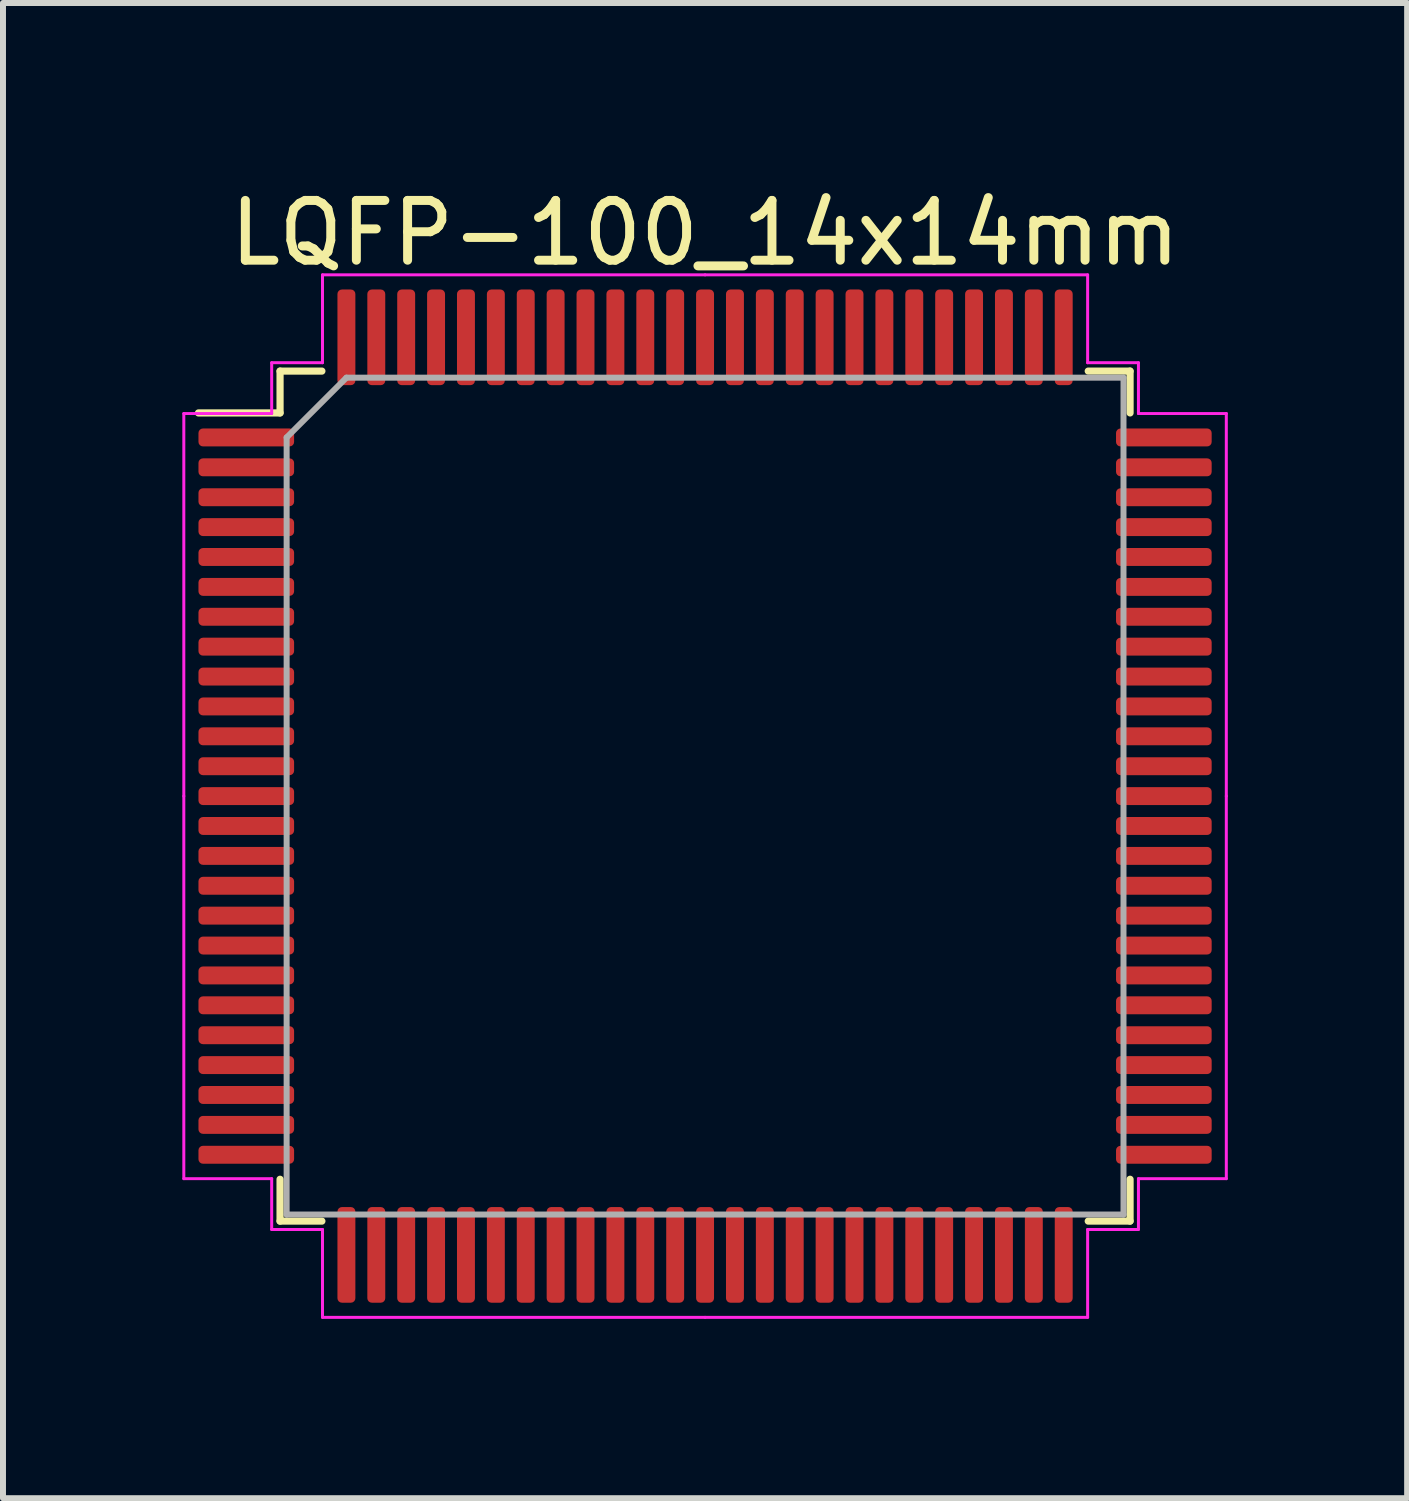
<source format=kicad_pcb>
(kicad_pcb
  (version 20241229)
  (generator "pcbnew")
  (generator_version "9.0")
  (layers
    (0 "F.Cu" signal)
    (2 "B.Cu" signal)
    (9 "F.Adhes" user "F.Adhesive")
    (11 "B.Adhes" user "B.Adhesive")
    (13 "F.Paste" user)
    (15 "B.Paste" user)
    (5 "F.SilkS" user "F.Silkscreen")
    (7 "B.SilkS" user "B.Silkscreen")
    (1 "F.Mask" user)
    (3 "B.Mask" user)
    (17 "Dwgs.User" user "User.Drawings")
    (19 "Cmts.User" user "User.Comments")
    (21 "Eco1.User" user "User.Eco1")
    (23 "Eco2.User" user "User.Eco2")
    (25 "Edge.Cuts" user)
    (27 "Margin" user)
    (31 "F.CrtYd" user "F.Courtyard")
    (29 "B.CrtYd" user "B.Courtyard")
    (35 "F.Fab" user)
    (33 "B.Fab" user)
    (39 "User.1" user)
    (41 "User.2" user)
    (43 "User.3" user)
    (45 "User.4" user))
  (footprint "LQFP-100_14x14mm"
    (layer "F.Cu")
    (at 8.745 10.268)
    (property "Reference" "LQFP-100_14x14mm" (at 0 -9.42 0) (layer "F.SilkS") (effects (font (size 1 1) (thickness 0.15))))
    (attr smd)
    (fp_line (start -7.11 -7.11) (end -7.11 -6.41) (stroke (width 0.12) (type solid)) (layer "F.SilkS"))
    (fp_line (start -7.11 -6.41) (end -8.475 -6.41) (stroke (width 0.12) (type solid)) (layer "F.SilkS"))
    (fp_line (start -7.11 7.11) (end -7.11 6.41) (stroke (width 0.12) (type solid)) (layer "F.SilkS"))
    (fp_line (start -6.41 -7.11) (end -7.11 -7.11) (stroke (width 0.12) (type solid)) (layer "F.SilkS"))
    (fp_line (start -6.41 7.11) (end -7.11 7.11) (stroke (width 0.12) (type solid)) (layer "F.SilkS"))
    (fp_line (start 6.41 -7.11) (end 7.11 -7.11) (stroke (width 0.12) (type solid)) (layer "F.SilkS"))
    (fp_line (start 6.41 7.11) (end 7.11 7.11) (stroke (width 0.12) (type solid)) (layer "F.SilkS"))
    (fp_line (start 7.11 -7.11) (end 7.11 -6.41) (stroke (width 0.12) (type solid)) (layer "F.SilkS"))
    (fp_line (start 7.11 7.11) (end 7.11 6.41) (stroke (width 0.12) (type solid)) (layer "F.SilkS"))
    (fp_line (start -8.72 -6.4) (end -8.72 0) (stroke (width 0.05) (type solid)) (layer "F.CrtYd"))
    (fp_line (start -8.72 6.4) (end -8.72 0) (stroke (width 0.05) (type solid)) (layer "F.CrtYd"))
    (fp_line (start -7.25 -7.25) (end -7.25 -6.4) (stroke (width 0.05) (type solid)) (layer "F.CrtYd"))
    (fp_line (start -7.25 -6.4) (end -8.72 -6.4) (stroke (width 0.05) (type solid)) (layer "F.CrtYd"))
    (fp_line (start -7.25 6.4) (end -8.72 6.4) (stroke (width 0.05) (type solid)) (layer "F.CrtYd"))
    (fp_line (start -7.25 7.25) (end -7.25 6.4) (stroke (width 0.05) (type solid)) (layer "F.CrtYd"))
    (fp_line (start -6.4 -8.72) (end -6.4 -7.25) (stroke (width 0.05) (type solid)) (layer "F.CrtYd"))
    (fp_line (start -6.4 -7.25) (end -7.25 -7.25) (stroke (width 0.05) (type solid)) (layer "F.CrtYd"))
    (fp_line (start -6.4 7.25) (end -7.25 7.25) (stroke (width 0.05) (type solid)) (layer "F.CrtYd"))
    (fp_line (start -6.4 8.72) (end -6.4 7.25) (stroke (width 0.05) (type solid)) (layer "F.CrtYd"))
    (fp_line (start 0 -8.72) (end -6.4 -8.72) (stroke (width 0.05) (type solid)) (layer "F.CrtYd"))
    (fp_line (start 0 -8.72) (end 6.4 -8.72) (stroke (width 0.05) (type solid)) (layer "F.CrtYd"))
    (fp_line (start 0 8.72) (end -6.4 8.72) (stroke (width 0.05) (type solid)) (layer "F.CrtYd"))
    (fp_line (start 0 8.72) (end 6.4 8.72) (stroke (width 0.05) (type solid)) (layer "F.CrtYd"))
    (fp_line (start 6.4 -8.72) (end 6.4 -7.25) (stroke (width 0.05) (type solid)) (layer "F.CrtYd"))
    (fp_line (start 6.4 -7.25) (end 7.25 -7.25) (stroke (width 0.05) (type solid)) (layer "F.CrtYd"))
    (fp_line (start 6.4 7.25) (end 7.25 7.25) (stroke (width 0.05) (type solid)) (layer "F.CrtYd"))
    (fp_line (start 6.4 8.72) (end 6.4 7.25) (stroke (width 0.05) (type solid)) (layer "F.CrtYd"))
    (fp_line (start 7.25 -7.25) (end 7.25 -6.4) (stroke (width 0.05) (type solid)) (layer "F.CrtYd"))
    (fp_line (start 7.25 -6.4) (end 8.72 -6.4) (stroke (width 0.05) (type solid)) (layer "F.CrtYd"))
    (fp_line (start 7.25 6.4) (end 8.72 6.4) (stroke (width 0.05) (type solid)) (layer "F.CrtYd"))
    (fp_line (start 7.25 7.25) (end 7.25 6.4) (stroke (width 0.05) (type solid)) (layer "F.CrtYd"))
    (fp_line (start 8.72 -6.4) (end 8.72 0) (stroke (width 0.05) (type solid)) (layer "F.CrtYd"))
    (fp_line (start 8.72 6.4) (end 8.72 0) (stroke (width 0.05) (type solid)) (layer "F.CrtYd"))
    (fp_line (start -7 -6) (end -6 -7) (stroke (width 0.1) (type solid)) (layer "F.Fab"))
    (fp_line (start -7 7) (end -7 -6) (stroke (width 0.1) (type solid)) (layer "F.Fab"))
    (fp_line (start -6 -7) (end 7 -7) (stroke (width 0.1) (type solid)) (layer "F.Fab"))
    (fp_line (start 7 -7) (end 7 7) (stroke (width 0.1) (type solid)) (layer "F.Fab"))
    (fp_line (start 7 7) (end -7 7) (stroke (width 0.1) (type solid)) (layer "F.Fab"))
    (pad "1" smd roundrect (at -7.675 -6) (size 1.6 0.3) (layers "F.Cu" "F.Mask" "F.Paste") (roundrect_rratio 0.25))
    (pad "2" smd roundrect (at -7.675 -5.5) (size 1.6 0.3) (layers "F.Cu" "F.Mask" "F.Paste") (roundrect_rratio 0.25))
    (pad "3" smd roundrect (at -7.675 -5) (size 1.6 0.3) (layers "F.Cu" "F.Mask" "F.Paste") (roundrect_rratio 0.25))
    (pad "4" smd roundrect (at -7.675 -4.5) (size 1.6 0.3) (layers "F.Cu" "F.Mask" "F.Paste") (roundrect_rratio 0.25))
    (pad "5" smd roundrect (at -7.675 -4) (size 1.6 0.3) (layers "F.Cu" "F.Mask" "F.Paste") (roundrect_rratio 0.25))
    (pad "6" smd roundrect (at -7.675 -3.5) (size 1.6 0.3) (layers "F.Cu" "F.Mask" "F.Paste") (roundrect_rratio 0.25))
    (pad "7" smd roundrect (at -7.675 -3) (size 1.6 0.3) (layers "F.Cu" "F.Mask" "F.Paste") (roundrect_rratio 0.25))
    (pad "8" smd roundrect (at -7.675 -2.5) (size 1.6 0.3) (layers "F.Cu" "F.Mask" "F.Paste") (roundrect_rratio 0.25))
    (pad "9" smd roundrect (at -7.675 -2) (size 1.6 0.3) (layers "F.Cu" "F.Mask" "F.Paste") (roundrect_rratio 0.25))
    (pad "10" smd roundrect (at -7.675 -1.5) (size 1.6 0.3) (layers "F.Cu" "F.Mask" "F.Paste") (roundrect_rratio 0.25))
    (pad "11" smd roundrect (at -7.675 -1) (size 1.6 0.3) (layers "F.Cu" "F.Mask" "F.Paste") (roundrect_rratio 0.25))
    (pad "12" smd roundrect (at -7.675 -0.5) (size 1.6 0.3) (layers "F.Cu" "F.Mask" "F.Paste") (roundrect_rratio 0.25))
    (pad "13" smd roundrect (at -7.675 0) (size 1.6 0.3) (layers "F.Cu" "F.Mask" "F.Paste") (roundrect_rratio 0.25))
    (pad "14" smd roundrect (at -7.675 0.5) (size 1.6 0.3) (layers "F.Cu" "F.Mask" "F.Paste") (roundrect_rratio 0.25))
    (pad "15" smd roundrect (at -7.675 1) (size 1.6 0.3) (layers "F.Cu" "F.Mask" "F.Paste") (roundrect_rratio 0.25))
    (pad "16" smd roundrect (at -7.675 1.5) (size 1.6 0.3) (layers "F.Cu" "F.Mask" "F.Paste") (roundrect_rratio 0.25))
    (pad "17" smd roundrect (at -7.675 2) (size 1.6 0.3) (layers "F.Cu" "F.Mask" "F.Paste") (roundrect_rratio 0.25))
    (pad "18" smd roundrect (at -7.675 2.5) (size 1.6 0.3) (layers "F.Cu" "F.Mask" "F.Paste") (roundrect_rratio 0.25))
    (pad "19" smd roundrect (at -7.675 3) (size 1.6 0.3) (layers "F.Cu" "F.Mask" "F.Paste") (roundrect_rratio 0.25))
    (pad "20" smd roundrect (at -7.675 3.5) (size 1.6 0.3) (layers "F.Cu" "F.Mask" "F.Paste") (roundrect_rratio 0.25))
    (pad "21" smd roundrect (at -7.675 4) (size 1.6 0.3) (layers "F.Cu" "F.Mask" "F.Paste") (roundrect_rratio 0.25))
    (pad "22" smd roundrect (at -7.675 4.5) (size 1.6 0.3) (layers "F.Cu" "F.Mask" "F.Paste") (roundrect_rratio 0.25))
    (pad "23" smd roundrect (at -7.675 5) (size 1.6 0.3) (layers "F.Cu" "F.Mask" "F.Paste") (roundrect_rratio 0.25))
    (pad "24" smd roundrect (at -7.675 5.5) (size 1.6 0.3) (layers "F.Cu" "F.Mask" "F.Paste") (roundrect_rratio 0.25))
    (pad "25" smd roundrect (at -7.675 6) (size 1.6 0.3) (layers "F.Cu" "F.Mask" "F.Paste") (roundrect_rratio 0.25))
    (pad "26" smd roundrect (at -6 7.675) (size 0.3 1.6) (layers "F.Cu" "F.Mask" "F.Paste") (roundrect_rratio 0.25))
    (pad "27" smd roundrect (at -5.5 7.675) (size 0.3 1.6) (layers "F.Cu" "F.Mask" "F.Paste") (roundrect_rratio 0.25))
    (pad "28" smd roundrect (at -5 7.675) (size 0.3 1.6) (layers "F.Cu" "F.Mask" "F.Paste") (roundrect_rratio 0.25))
    (pad "29" smd roundrect (at -4.5 7.675) (size 0.3 1.6) (layers "F.Cu" "F.Mask" "F.Paste") (roundrect_rratio 0.25))
    (pad "30" smd roundrect (at -4 7.675) (size 0.3 1.6) (layers "F.Cu" "F.Mask" "F.Paste") (roundrect_rratio 0.25))
    (pad "31" smd roundrect (at -3.5 7.675) (size 0.3 1.6) (layers "F.Cu" "F.Mask" "F.Paste") (roundrect_rratio 0.25))
    (pad "32" smd roundrect (at -3 7.675) (size 0.3 1.6) (layers "F.Cu" "F.Mask" "F.Paste") (roundrect_rratio 0.25))
    (pad "33" smd roundrect (at -2.5 7.675) (size 0.3 1.6) (layers "F.Cu" "F.Mask" "F.Paste") (roundrect_rratio 0.25))
    (pad "34" smd roundrect (at -2 7.675) (size 0.3 1.6) (layers "F.Cu" "F.Mask" "F.Paste") (roundrect_rratio 0.25))
    (pad "35" smd roundrect (at -1.5 7.675) (size 0.3 1.6) (layers "F.Cu" "F.Mask" "F.Paste") (roundrect_rratio 0.25))
    (pad "36" smd roundrect (at -1 7.675) (size 0.3 1.6) (layers "F.Cu" "F.Mask" "F.Paste") (roundrect_rratio 0.25))
    (pad "37" smd roundrect (at -0.5 7.675) (size 0.3 1.6) (layers "F.Cu" "F.Mask" "F.Paste") (roundrect_rratio 0.25))
    (pad "38" smd roundrect (at 0 7.675) (size 0.3 1.6) (layers "F.Cu" "F.Mask" "F.Paste") (roundrect_rratio 0.25))
    (pad "39" smd roundrect (at 0.5 7.675) (size 0.3 1.6) (layers "F.Cu" "F.Mask" "F.Paste") (roundrect_rratio 0.25))
    (pad "40" smd roundrect (at 1 7.675) (size 0.3 1.6) (layers "F.Cu" "F.Mask" "F.Paste") (roundrect_rratio 0.25))
    (pad "41" smd roundrect (at 1.5 7.675) (size 0.3 1.6) (layers "F.Cu" "F.Mask" "F.Paste") (roundrect_rratio 0.25))
    (pad "42" smd roundrect (at 2 7.675) (size 0.3 1.6) (layers "F.Cu" "F.Mask" "F.Paste") (roundrect_rratio 0.25))
    (pad "43" smd roundrect (at 2.5 7.675) (size 0.3 1.6) (layers "F.Cu" "F.Mask" "F.Paste") (roundrect_rratio 0.25))
    (pad "44" smd roundrect (at 3 7.675) (size 0.3 1.6) (layers "F.Cu" "F.Mask" "F.Paste") (roundrect_rratio 0.25))
    (pad "45" smd roundrect (at 3.5 7.675) (size 0.3 1.6) (layers "F.Cu" "F.Mask" "F.Paste") (roundrect_rratio 0.25))
    (pad "46" smd roundrect (at 4 7.675) (size 0.3 1.6) (layers "F.Cu" "F.Mask" "F.Paste") (roundrect_rratio 0.25))
    (pad "47" smd roundrect (at 4.5 7.675) (size 0.3 1.6) (layers "F.Cu" "F.Mask" "F.Paste") (roundrect_rratio 0.25))
    (pad "48" smd roundrect (at 5 7.675) (size 0.3 1.6) (layers "F.Cu" "F.Mask" "F.Paste") (roundrect_rratio 0.25))
    (pad "49" smd roundrect (at 5.5 7.675) (size 0.3 1.6) (layers "F.Cu" "F.Mask" "F.Paste") (roundrect_rratio 0.25))
    (pad "50" smd roundrect (at 6 7.675) (size 0.3 1.6) (layers "F.Cu" "F.Mask" "F.Paste") (roundrect_rratio 0.25))
    (pad "51" smd roundrect (at 7.675 6) (size 1.6 0.3) (layers "F.Cu" "F.Mask" "F.Paste") (roundrect_rratio 0.25))
    (pad "52" smd roundrect (at 7.675 5.5) (size 1.6 0.3) (layers "F.Cu" "F.Mask" "F.Paste") (roundrect_rratio 0.25))
    (pad "53" smd roundrect (at 7.675 5) (size 1.6 0.3) (layers "F.Cu" "F.Mask" "F.Paste") (roundrect_rratio 0.25))
    (pad "54" smd roundrect (at 7.675 4.5) (size 1.6 0.3) (layers "F.Cu" "F.Mask" "F.Paste") (roundrect_rratio 0.25))
    (pad "55" smd roundrect (at 7.675 4) (size 1.6 0.3) (layers "F.Cu" "F.Mask" "F.Paste") (roundrect_rratio 0.25))
    (pad "56" smd roundrect (at 7.675 3.5) (size 1.6 0.3) (layers "F.Cu" "F.Mask" "F.Paste") (roundrect_rratio 0.25))
    (pad "57" smd roundrect (at 7.675 3) (size 1.6 0.3) (layers "F.Cu" "F.Mask" "F.Paste") (roundrect_rratio 0.25))
    (pad "58" smd roundrect (at 7.675 2.5) (size 1.6 0.3) (layers "F.Cu" "F.Mask" "F.Paste") (roundrect_rratio 0.25))
    (pad "59" smd roundrect (at 7.675 2) (size 1.6 0.3) (layers "F.Cu" "F.Mask" "F.Paste") (roundrect_rratio 0.25))
    (pad "60" smd roundrect (at 7.675 1.5) (size 1.6 0.3) (layers "F.Cu" "F.Mask" "F.Paste") (roundrect_rratio 0.25))
    (pad "61" smd roundrect (at 7.675 1) (size 1.6 0.3) (layers "F.Cu" "F.Mask" "F.Paste") (roundrect_rratio 0.25))
    (pad "62" smd roundrect (at 7.675 0.5) (size 1.6 0.3) (layers "F.Cu" "F.Mask" "F.Paste") (roundrect_rratio 0.25))
    (pad "63" smd roundrect (at 7.675 0) (size 1.6 0.3) (layers "F.Cu" "F.Mask" "F.Paste") (roundrect_rratio 0.25))
    (pad "64" smd roundrect (at 7.675 -0.5) (size 1.6 0.3) (layers "F.Cu" "F.Mask" "F.Paste") (roundrect_rratio 0.25))
    (pad "65" smd roundrect (at 7.675 -1) (size 1.6 0.3) (layers "F.Cu" "F.Mask" "F.Paste") (roundrect_rratio 0.25))
    (pad "66" smd roundrect (at 7.675 -1.5) (size 1.6 0.3) (layers "F.Cu" "F.Mask" "F.Paste") (roundrect_rratio 0.25))
    (pad "67" smd roundrect (at 7.675 -2) (size 1.6 0.3) (layers "F.Cu" "F.Mask" "F.Paste") (roundrect_rratio 0.25))
    (pad "68" smd roundrect (at 7.675 -2.5) (size 1.6 0.3) (layers "F.Cu" "F.Mask" "F.Paste") (roundrect_rratio 0.25))
    (pad "69" smd roundrect (at 7.675 -3) (size 1.6 0.3) (layers "F.Cu" "F.Mask" "F.Paste") (roundrect_rratio 0.25))
    (pad "70" smd roundrect (at 7.675 -3.5) (size 1.6 0.3) (layers "F.Cu" "F.Mask" "F.Paste") (roundrect_rratio 0.25))
    (pad "71" smd roundrect (at 7.675 -4) (size 1.6 0.3) (layers "F.Cu" "F.Mask" "F.Paste") (roundrect_rratio 0.25))
    (pad "72" smd roundrect (at 7.675 -4.5) (size 1.6 0.3) (layers "F.Cu" "F.Mask" "F.Paste") (roundrect_rratio 0.25))
    (pad "73" smd roundrect (at 7.675 -5) (size 1.6 0.3) (layers "F.Cu" "F.Mask" "F.Paste") (roundrect_rratio 0.25))
    (pad "74" smd roundrect (at 7.675 -5.5) (size 1.6 0.3) (layers "F.Cu" "F.Mask" "F.Paste") (roundrect_rratio 0.25))
    (pad "75" smd roundrect (at 7.675 -6) (size 1.6 0.3) (layers "F.Cu" "F.Mask" "F.Paste") (roundrect_rratio 0.25))
    (pad "76" smd roundrect (at 6 -7.675) (size 0.3 1.6) (layers "F.Cu" "F.Mask" "F.Paste") (roundrect_rratio 0.25))
    (pad "77" smd roundrect (at 5.5 -7.675) (size 0.3 1.6) (layers "F.Cu" "F.Mask" "F.Paste") (roundrect_rratio 0.25))
    (pad "78" smd roundrect (at 5 -7.675) (size 0.3 1.6) (layers "F.Cu" "F.Mask" "F.Paste") (roundrect_rratio 0.25))
    (pad "79" smd roundrect (at 4.5 -7.675) (size 0.3 1.6) (layers "F.Cu" "F.Mask" "F.Paste") (roundrect_rratio 0.25))
    (pad "80" smd roundrect (at 4 -7.675) (size 0.3 1.6) (layers "F.Cu" "F.Mask" "F.Paste") (roundrect_rratio 0.25))
    (pad "81" smd roundrect (at 3.5 -7.675) (size 0.3 1.6) (layers "F.Cu" "F.Mask" "F.Paste") (roundrect_rratio 0.25))
    (pad "82" smd roundrect (at 3 -7.675) (size 0.3 1.6) (layers "F.Cu" "F.Mask" "F.Paste") (roundrect_rratio 0.25))
    (pad "83" smd roundrect (at 2.5 -7.675) (size 0.3 1.6) (layers "F.Cu" "F.Mask" "F.Paste") (roundrect_rratio 0.25))
    (pad "84" smd roundrect (at 2 -7.675) (size 0.3 1.6) (layers "F.Cu" "F.Mask" "F.Paste") (roundrect_rratio 0.25))
    (pad "85" smd roundrect (at 1.5 -7.675) (size 0.3 1.6) (layers "F.Cu" "F.Mask" "F.Paste") (roundrect_rratio 0.25))
    (pad "86" smd roundrect (at 1 -7.675) (size 0.3 1.6) (layers "F.Cu" "F.Mask" "F.Paste") (roundrect_rratio 0.25))
    (pad "87" smd roundrect (at 0.5 -7.675) (size 0.3 1.6) (layers "F.Cu" "F.Mask" "F.Paste") (roundrect_rratio 0.25))
    (pad "88" smd roundrect (at 0 -7.675) (size 0.3 1.6) (layers "F.Cu" "F.Mask" "F.Paste") (roundrect_rratio 0.25))
    (pad "89" smd roundrect (at -0.5 -7.675) (size 0.3 1.6) (layers "F.Cu" "F.Mask" "F.Paste") (roundrect_rratio 0.25))
    (pad "90" smd roundrect (at -1 -7.675) (size 0.3 1.6) (layers "F.Cu" "F.Mask" "F.Paste") (roundrect_rratio 0.25))
    (pad "91" smd roundrect (at -1.5 -7.675) (size 0.3 1.6) (layers "F.Cu" "F.Mask" "F.Paste") (roundrect_rratio 0.25))
    (pad "92" smd roundrect (at -2 -7.675) (size 0.3 1.6) (layers "F.Cu" "F.Mask" "F.Paste") (roundrect_rratio 0.25))
    (pad "93" smd roundrect (at -2.5 -7.675) (size 0.3 1.6) (layers "F.Cu" "F.Mask" "F.Paste") (roundrect_rratio 0.25))
    (pad "94" smd roundrect (at -3 -7.675) (size 0.3 1.6) (layers "F.Cu" "F.Mask" "F.Paste") (roundrect_rratio 0.25))
    (pad "95" smd roundrect (at -3.5 -7.675) (size 0.3 1.6) (layers "F.Cu" "F.Mask" "F.Paste") (roundrect_rratio 0.25))
    (pad "96" smd roundrect (at -4 -7.675) (size 0.3 1.6) (layers "F.Cu" "F.Mask" "F.Paste") (roundrect_rratio 0.25))
    (pad "97" smd roundrect (at -4.5 -7.675) (size 0.3 1.6) (layers "F.Cu" "F.Mask" "F.Paste") (roundrect_rratio 0.25))
    (pad "98" smd roundrect (at -5 -7.675) (size 0.3 1.6) (layers "F.Cu" "F.Mask" "F.Paste") (roundrect_rratio 0.25))
    (pad "99" smd roundrect (at -5.5 -7.675) (size 0.3 1.6) (layers "F.Cu" "F.Mask" "F.Paste") (roundrect_rratio 0.25))
    (pad "100" smd roundrect (at -6 -7.675) (size 0.3 1.6) (layers "F.Cu" "F.Mask" "F.Paste") (roundrect_rratio 0.25)))
  (gr_rect
    (start -3 -3)
    (end 20.49 22.013)
    (stroke (width 0.1) (type default))
    (fill no)
    (layer "Edge.Cuts")))
</source>
